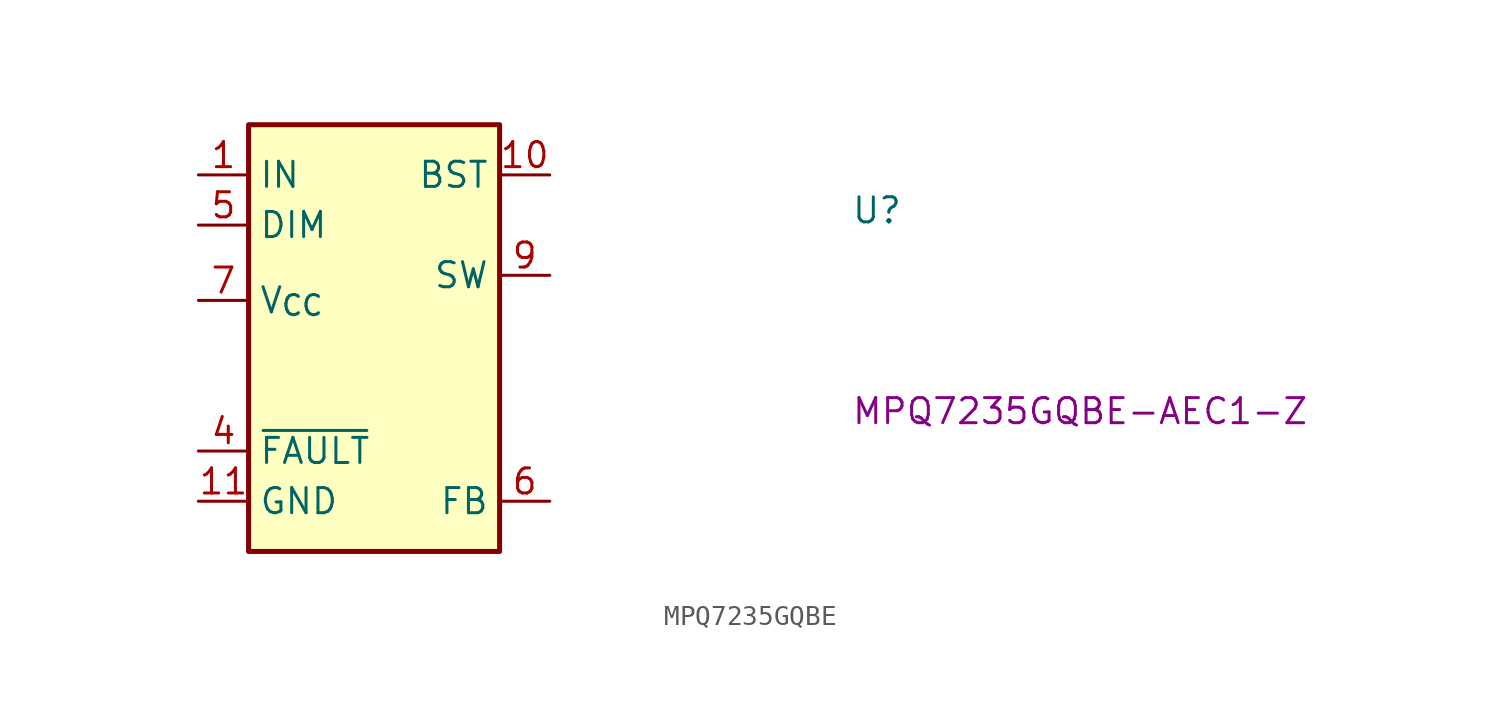
<source format=kicad_sym>
(kicad_symbol_lib
  (version 20231120)
  (generator "kicad_symbol_editor")
  (generator_version "8.0")
  (symbol "MPQ7235GQBE"
    (property "Reference" "U"
      (at 33.02 -2.54 0)
      (effects (font (size 1.27 1.27) (thickness 0.15)) (justify left bottom)))
    (property "MPN" "MPQ7235GQBE-AEC1-Z"
      (at 33.02 -12.7 0)
      (effects (font (size 1.27 1.27) (thickness 0.15)) (justify left bottom)))
    (symbol "MPQ7235GQBE_1_1"
      (rectangle (start 2.54 2.54) (end 15.24 -19.05) (stroke (width 0.254) (type default)) (fill (type background)))
      (pin power_in line (at 0 0 0) (length 2.54) (name "IN" (effects (font (size 1.27 1.27)))) (number "1" (effects (font (size 1.27 1.27)))))
      (pin passive line (at 17.78 0 180) (length 2.54) (name "BST" (effects (font (size 1.27 1.27)))) (number "10" (effects (font (size 1.27 1.27)))))
      (pin passive line (at 0 -16.51 0) (length 2.54) (name "GND" (effects (font (size 1.27 1.27)))) (number "11" (effects (font (size 1.27 1.27)))))
      (pin passive line (at 0 -16.51 0) (length 2.54) hide (name "GND" (effects (font (size 1.27 1.27)))) (number "12" (effects (font (size 1.27 1.27)))))
      (pin passive line (at 0 -16.51 0) (length 2.54) hide (name "GND" (effects (font (size 1.27 1.27)))) (number "13" (effects (font (size 1.27 1.27)))))
      (pin passive line (at 0 0 0) (length 2.54) hide (name "IN" (effects (font (size 1.27 1.27)))) (number "2" (effects (font (size 1.27 1.27)))))
      (pin no_connect line (at 17.78 -8.89 180) (length 2.54) hide (name "NC" (effects (font (size 1.27 1.27)))) (number "3" (effects (font (size 1.27 1.27)))))
      (pin output line (at 0 -13.97 0) (length 2.54) (name "~{FAULT}" (effects (font (size 1.27 1.27)))) (number "4" (effects (font (size 1.27 1.27)))))
      (pin input line (at 0 -2.54 0) (length 2.54) (name "DIM" (effects (font (size 1.27 1.27)))) (number "5" (effects (font (size 1.27 1.27)))))
      (pin passive line (at 17.78 -16.51 180) (length 2.54) (name "FB" (effects (font (size 1.27 1.27)))) (number "6" (effects (font (size 1.27 1.27)))))
      (pin passive line (at 0 -6.35 0) (length 2.54) (name "V_{CC}" (effects (font (size 1.27 1.27)))) (number "7" (effects (font (size 1.27 1.27)))))
      (pin passive line (at 0 -16.51 0) (length 2.54) hide (name "GND" (effects (font (size 1.27 1.27)))) (number "8" (effects (font (size 1.27 1.27)))))
      (pin passive line (at 17.78 -5.08 180) (length 2.54) (name "SW" (effects (font (size 1.27 1.27)))) (number "9" (effects (font (size 1.27 1.27))))))))
</source>
